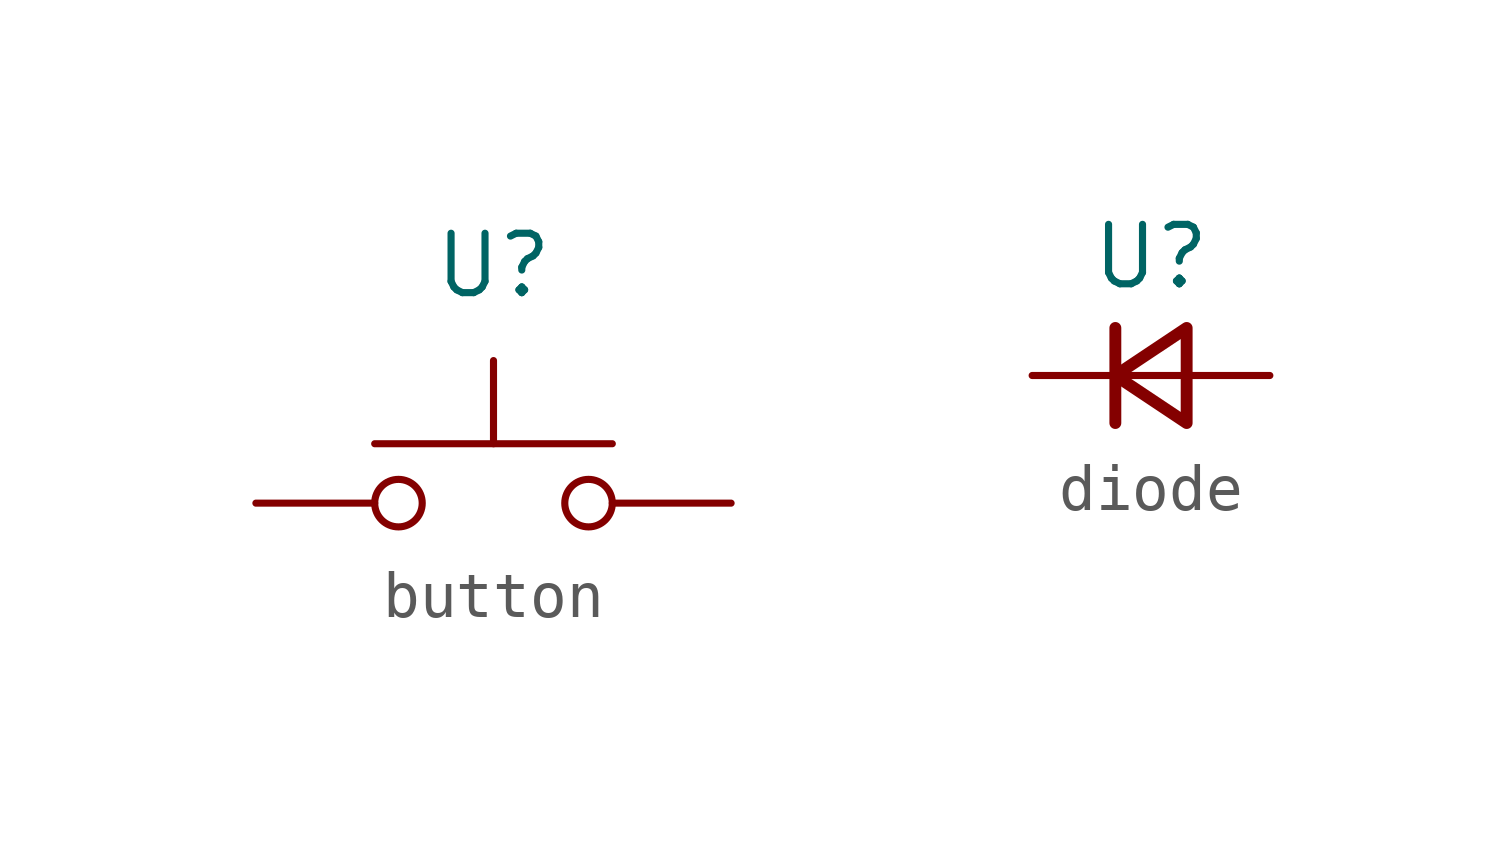
<source format=kicad_sym>
(kicad_symbol_lib
  (version 20220914)
  (generator kicad_symbol_editor)
  (symbol "button"
    (pin_numbers hide)
    (pin_names hide)
    (property "Reference" "U"
      (at 0 5.08 0)
      (effects (font (size 1.27 1.27))))
    (property "Value" ""
      (at 0 0 0)
      (effects (font (size 1.27 1.27))))
    (symbol "button_0_1"
      (circle (center -2.032 0) (radius 0.508) (stroke (width 0) (type default)) (fill (type none)))
      (polyline (pts (xy 0 1.27) (xy 0 3.048)) (stroke (width 0) (type default)) (fill (type none)))
      (polyline (pts (xy 2.54 1.27) (xy -2.54 1.27)) (stroke (width 0) (type default)) (fill (type none)))
      (circle (center 2.032 0) (radius 0.508) (stroke (width 0) (type default)) (fill (type none))))
    (symbol "button_1_1"
      (pin passive line (at -5.08 0 0) (length 2.54) (name "1" (effects (font (size 1.27 1.27)))) (number "1" (effects (font (size 1.27 1.27)))))
      (pin passive line (at 5.08 0 180) (length 2.54) (name "2" (effects (font (size 1.27 1.27)))) (number "2" (effects (font (size 1.27 1.27)))))))
  (symbol "diode"
    (pin_numbers hide)
    (pin_names hide)
    (property "Reference" "U"
      (at 0 2.54 0)
      (effects (font (size 1.27 1.27))))
    (property "Value" ""
      (at 0 0 0)
      (effects (font (size 1.27 1.27))))
    (symbol "diode_0_1"
      (polyline (pts (xy -0.762 -1.016) (xy -0.762 1.016)) (stroke (width 0.254) (type default)) (fill (type none)))
      (polyline (pts (xy -0.762 0) (xy 0.762 0)) (stroke (width 0) (type default)) (fill (type none)))
      (polyline (pts (xy 0.762 -1.016) (xy -0.762 0) (xy 0.762 1.016) (xy 0.762 -1.016)) (stroke (width 0.254) (type default)) (fill (type none))))
    (symbol "diode_1_1"
      (pin passive line (at -2.54 0 0) (length 1.778) (name "K" (effects (font (size 1.27 1.27)))) (number "1" (effects (font (size 1.27 1.27)))))
      (pin passive line (at 2.54 0 180) (length 1.778) (name "A" (effects (font (size 1.27 1.27)))) (number "2" (effects (font (size 1.27 1.27))))))))
</source>
